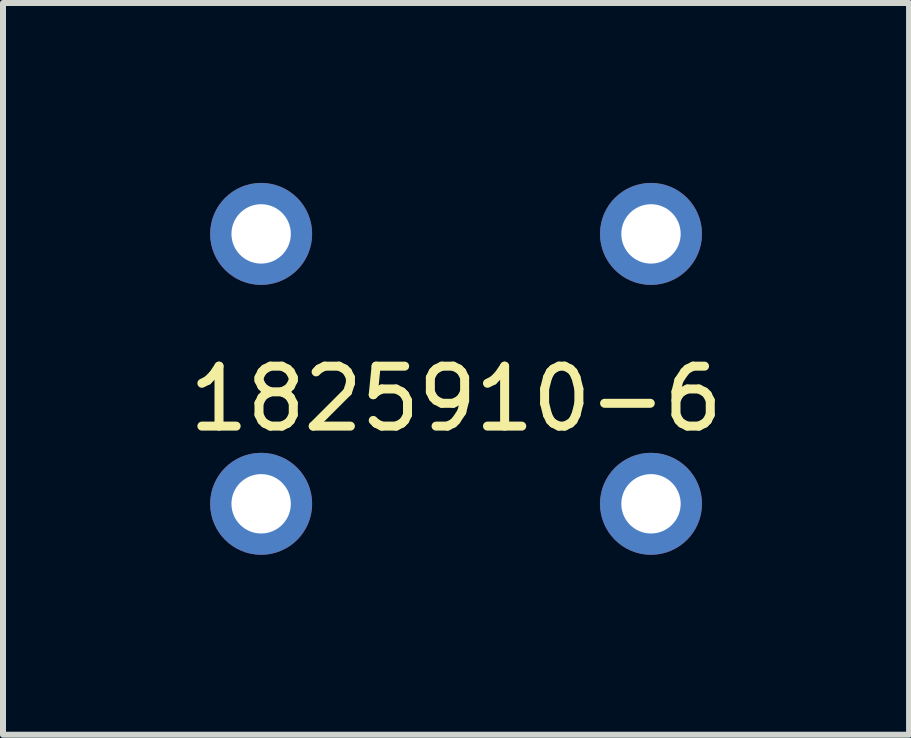
<source format=kicad_pcb>
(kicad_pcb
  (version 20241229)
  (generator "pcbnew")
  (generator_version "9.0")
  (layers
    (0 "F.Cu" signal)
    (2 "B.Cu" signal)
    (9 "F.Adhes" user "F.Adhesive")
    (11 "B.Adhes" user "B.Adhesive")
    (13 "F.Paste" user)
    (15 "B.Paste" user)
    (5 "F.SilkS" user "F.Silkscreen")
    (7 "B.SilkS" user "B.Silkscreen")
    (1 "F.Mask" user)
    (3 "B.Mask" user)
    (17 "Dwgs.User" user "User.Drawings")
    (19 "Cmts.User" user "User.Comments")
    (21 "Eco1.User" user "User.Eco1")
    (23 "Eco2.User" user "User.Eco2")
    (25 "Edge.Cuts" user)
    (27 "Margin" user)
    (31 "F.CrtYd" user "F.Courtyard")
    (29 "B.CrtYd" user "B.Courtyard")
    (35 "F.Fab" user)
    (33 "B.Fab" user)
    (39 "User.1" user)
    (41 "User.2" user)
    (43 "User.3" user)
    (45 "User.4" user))
  (footprint "1825910-6"
    (layer "F.Cu")
    (at 4.554 3.1)
    (property "Reference" "1825910-6" (at 0 0.5 0) (layer "F.SilkS") (effects (font (size 1 1) (thickness 0.15))))
    (attr through_hole)
    (pad "1" thru_hole circle (at -3.25 -2.25) (size 1.7 1.7) (drill 0.99) (layers "*.Cu" "*.Mask"))
    (pad "1" thru_hole circle (at 3.25 -2.25) (size 1.7 1.7) (drill 0.99) (layers "*.Cu" "*.Mask"))
    (pad "2" thru_hole circle (at -3.25 2.25) (size 1.7 1.7) (drill 0.99) (layers "*.Cu" "*.Mask"))
    (pad "2" thru_hole circle (at 3.25 2.25) (size 1.7 1.7) (drill 0.99) (layers "*.Cu" "*.Mask")))
  (gr_rect
    (start -3 -3)
    (end 12.107 9.2)
    (stroke (width 0.1) (type default))
    (fill no)
    (layer "Edge.Cuts")))
</source>
